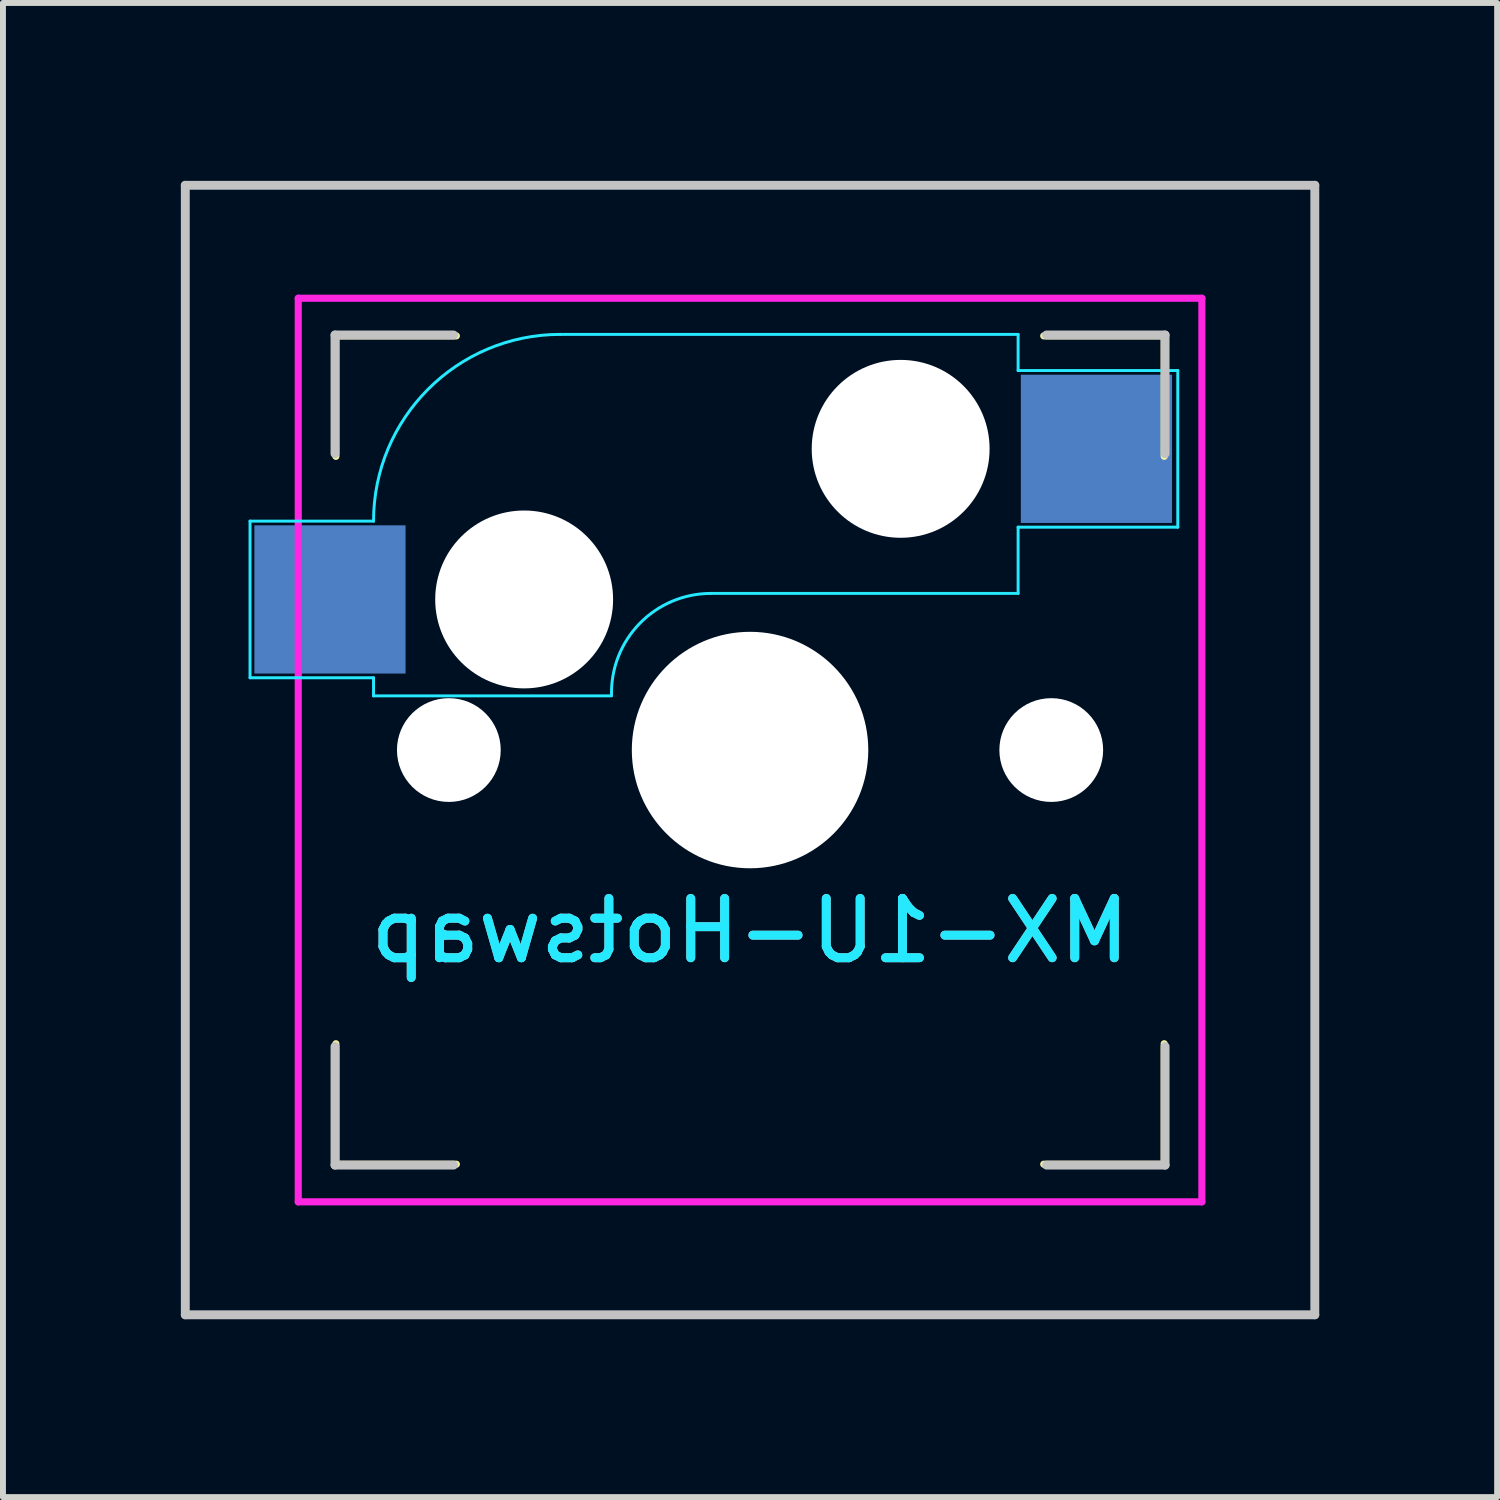
<source format=kicad_pcb>
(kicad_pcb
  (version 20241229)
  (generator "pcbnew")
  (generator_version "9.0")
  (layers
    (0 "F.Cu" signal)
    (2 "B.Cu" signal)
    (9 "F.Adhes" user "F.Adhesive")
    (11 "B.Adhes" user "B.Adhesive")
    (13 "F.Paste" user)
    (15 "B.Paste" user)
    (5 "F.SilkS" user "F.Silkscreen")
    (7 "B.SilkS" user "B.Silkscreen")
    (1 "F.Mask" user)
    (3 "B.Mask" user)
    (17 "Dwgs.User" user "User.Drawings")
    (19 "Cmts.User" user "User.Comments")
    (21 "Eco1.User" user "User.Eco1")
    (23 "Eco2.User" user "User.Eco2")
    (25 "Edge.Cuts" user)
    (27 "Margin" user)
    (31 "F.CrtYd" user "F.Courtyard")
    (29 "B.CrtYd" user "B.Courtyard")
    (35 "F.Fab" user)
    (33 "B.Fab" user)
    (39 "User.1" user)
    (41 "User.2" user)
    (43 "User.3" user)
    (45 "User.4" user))
  (footprint "MX-1U-Hotswap"
    (layer "F.Cu")
    (at 9.6 9.6)
    (property "Reference" "MX-1U-Hotswap" (at 0 3.048 0) (layer "B.CrtYd") (effects (font (size 1 1) (thickness 0.15)) (justify mirror)))
    (attr smd)
    (fp_line (start -9.525 -9.525) (end 9.525 -9.525) (stroke (width 0.12) (type solid)) (layer "F.SilkS"))
    (fp_line (start -9.525 9.525) (end -9.525 -9.525) (stroke (width 0.12) (type solid)) (layer "F.SilkS"))
    (fp_line (start -6.985 -6.985) (end -4.953 -6.985) (stroke (width 0.12) (type solid)) (layer "F.SilkS"))
    (fp_line (start -6.985 -4.953) (end -6.985 -6.985) (stroke (width 0.12) (type solid)) (layer "F.SilkS"))
    (fp_line (start -6.985 4.953) (end -6.985 6.985) (stroke (width 0.12) (type solid)) (layer "F.SilkS"))
    (fp_line (start -6.985 6.985) (end -4.953 6.985) (stroke (width 0.12) (type solid)) (layer "F.SilkS"))
    (fp_line (start 4.953 -6.985) (end 6.985 -6.985) (stroke (width 0.12) (type solid)) (layer "F.SilkS"))
    (fp_line (start 4.953 6.985) (end 6.985 6.985) (stroke (width 0.12) (type solid)) (layer "F.SilkS"))
    (fp_line (start 6.985 -6.985) (end 6.985 -4.953) (stroke (width 0.12) (type solid)) (layer "F.SilkS"))
    (fp_line (start 6.985 6.985) (end 6.985 4.953) (stroke (width 0.12) (type solid)) (layer "F.SilkS"))
    (fp_line (start 9.525 -9.525) (end 9.525 9.525) (stroke (width 0.12) (type solid)) (layer "F.SilkS"))
    (fp_line (start 9.525 9.525) (end -9.525 9.525) (stroke (width 0.12) (type solid)) (layer "F.SilkS"))
    (fp_line (start -9.525 -9.525) (end 9.525 -9.525) (stroke (width 0.15) (type solid)) (layer "Dwgs.User"))
    (fp_line (start -9.525 9.525) (end -9.525 -9.525) (stroke (width 0.15) (type solid)) (layer "Dwgs.User"))
    (fp_line (start -7 -7) (end -7 -5) (stroke (width 0.15) (type solid)) (layer "Dwgs.User"))
    (fp_line (start -7 5) (end -7 7) (stroke (width 0.15) (type solid)) (layer "Dwgs.User"))
    (fp_line (start -7 7) (end -5 7) (stroke (width 0.15) (type solid)) (layer "Dwgs.User"))
    (fp_line (start -5 -7) (end -7 -7) (stroke (width 0.15) (type solid)) (layer "Dwgs.User"))
    (fp_line (start 5 -7) (end 7 -7) (stroke (width 0.15) (type solid)) (layer "Dwgs.User"))
    (fp_line (start 5 7) (end 7 7) (stroke (width 0.15) (type solid)) (layer "Dwgs.User"))
    (fp_line (start 7 -7) (end 7 -5) (stroke (width 0.15) (type solid)) (layer "Dwgs.User"))
    (fp_line (start 7 7) (end 7 5) (stroke (width 0.15) (type solid)) (layer "Dwgs.User"))
    (fp_line (start 9.525 -9.525) (end 9.525 9.525) (stroke (width 0.15) (type solid)) (layer "Dwgs.User"))
    (fp_line (start 9.525 9.525) (end -9.525 9.525) (stroke (width 0.15) (type solid)) (layer "Dwgs.User"))
    (fp_line (start -8.433 -3.861) (end -8.433 -1.219) (stroke (width 0.05) (type solid)) (layer "B.CrtYd"))
    (fp_line (start -8.433 -3.861) (end -6.35 -3.861) (stroke (width 0.05) (type solid)) (layer "B.CrtYd"))
    (fp_line (start -8.433 -1.219) (end -6.35 -1.219) (stroke (width 0.05) (type solid)) (layer "B.CrtYd"))
    (fp_line (start -6.35 -1.219) (end -6.35 -0.914) (stroke (width 0.05) (type solid)) (layer "B.CrtYd"))
    (fp_line (start -6.35 -0.914) (end -2.337 -0.914) (stroke (width 0.05) (type solid)) (layer "B.CrtYd"))
    (fp_line (start 4.521 -7.01) (end -3.2 -7.01) (stroke (width 0.05) (type solid)) (layer "B.CrtYd"))
    (fp_line (start 4.521 -6.401) (end 4.521 -7.01) (stroke (width 0.05) (type solid)) (layer "B.CrtYd"))
    (fp_line (start 4.521 -2.642) (end -0.66 -2.642) (stroke (width 0.05) (type solid)) (layer "B.CrtYd"))
    (fp_line (start 4.521 -2.642) (end 4.521 -3.759) (stroke (width 0.05) (type solid)) (layer "B.CrtYd"))
    (fp_line (start 7.214 -6.401) (end 4.521 -6.401) (stroke (width 0.05) (type solid)) (layer "B.CrtYd"))
    (fp_line (start 7.214 -6.401) (end 7.214 -3.759) (stroke (width 0.05) (type solid)) (layer "B.CrtYd"))
    (fp_line (start 7.214 -3.759) (end 4.521 -3.759) (stroke (width 0.05) (type solid)) (layer "B.CrtYd"))
    (fp_arc (start -6.35 -3.8608) (mid -5.427504 -6.087904) (end -3.2004 -7.0104) (stroke (width 0.05) (type solid)) (layer "B.CrtYd"))
    (fp_arc (start -2.336226 -0.921317) (mid -1.861209 -2.134976) (end -0.6604 -2.6416) (stroke (width 0.05) (type solid)) (layer "B.CrtYd"))
    (fp_line (start -7.62 -7.62) (end 7.62 -7.62) (stroke (width 0.12) (type solid)) (layer "F.CrtYd"))
    (fp_line (start -7.62 7.62) (end -7.62 -7.62) (stroke (width 0.12) (type solid)) (layer "F.CrtYd"))
    (fp_line (start 7.62 -7.62) (end 7.62 7.62) (stroke (width 0.12) (type solid)) (layer "F.CrtYd"))
    (fp_line (start 7.62 7.62) (end -7.62 7.62) (stroke (width 0.12) (type solid)) (layer "F.CrtYd"))
    (fp_text user "${REFERENCE}" (at 0 3.048 0) (layer "B.SilkS") (effects (font (size 1 1) (thickness 0.15)) (justify mirror)))
    (pad "" np_thru_hole circle (at -5.08 0 48.1) (size 1.75 1.75) (drill 1.75) (layers "*.Cu" "*.Mask"))
    (pad "" np_thru_hole circle (at -3.81 -2.54) (size 3 3) (drill 3) (layers "*.Cu" "*.Mask"))
    (pad "" np_thru_hole circle (at 0 0) (size 3.988 3.988) (drill 3.988) (layers "*.Cu" "*.Mask"))
    (pad "" np_thru_hole circle (at 2.54 -5.08) (size 3 3) (drill 3) (layers "*.Cu" "*.Mask"))
    (pad "" np_thru_hole circle (at 5.08 0 48.1) (size 1.75 1.75) (drill 1.75) (layers "*.Cu" "*.Mask"))
    (pad "1" smd rect (at -7.085 -2.54) (size 2.55 2.5) (layers "B.Cu" "B.Mask" "B.Paste"))
    (pad "2" smd rect (at 5.842 -5.08) (size 2.55 2.5) (layers "B.Cu" "B.Mask" "B.Paste")))
  (gr_rect
    (start -3 -3)
    (end 22.2 22.2)
    (stroke (width 0.1) (type default))
    (fill no)
    (layer "Edge.Cuts")))
</source>
